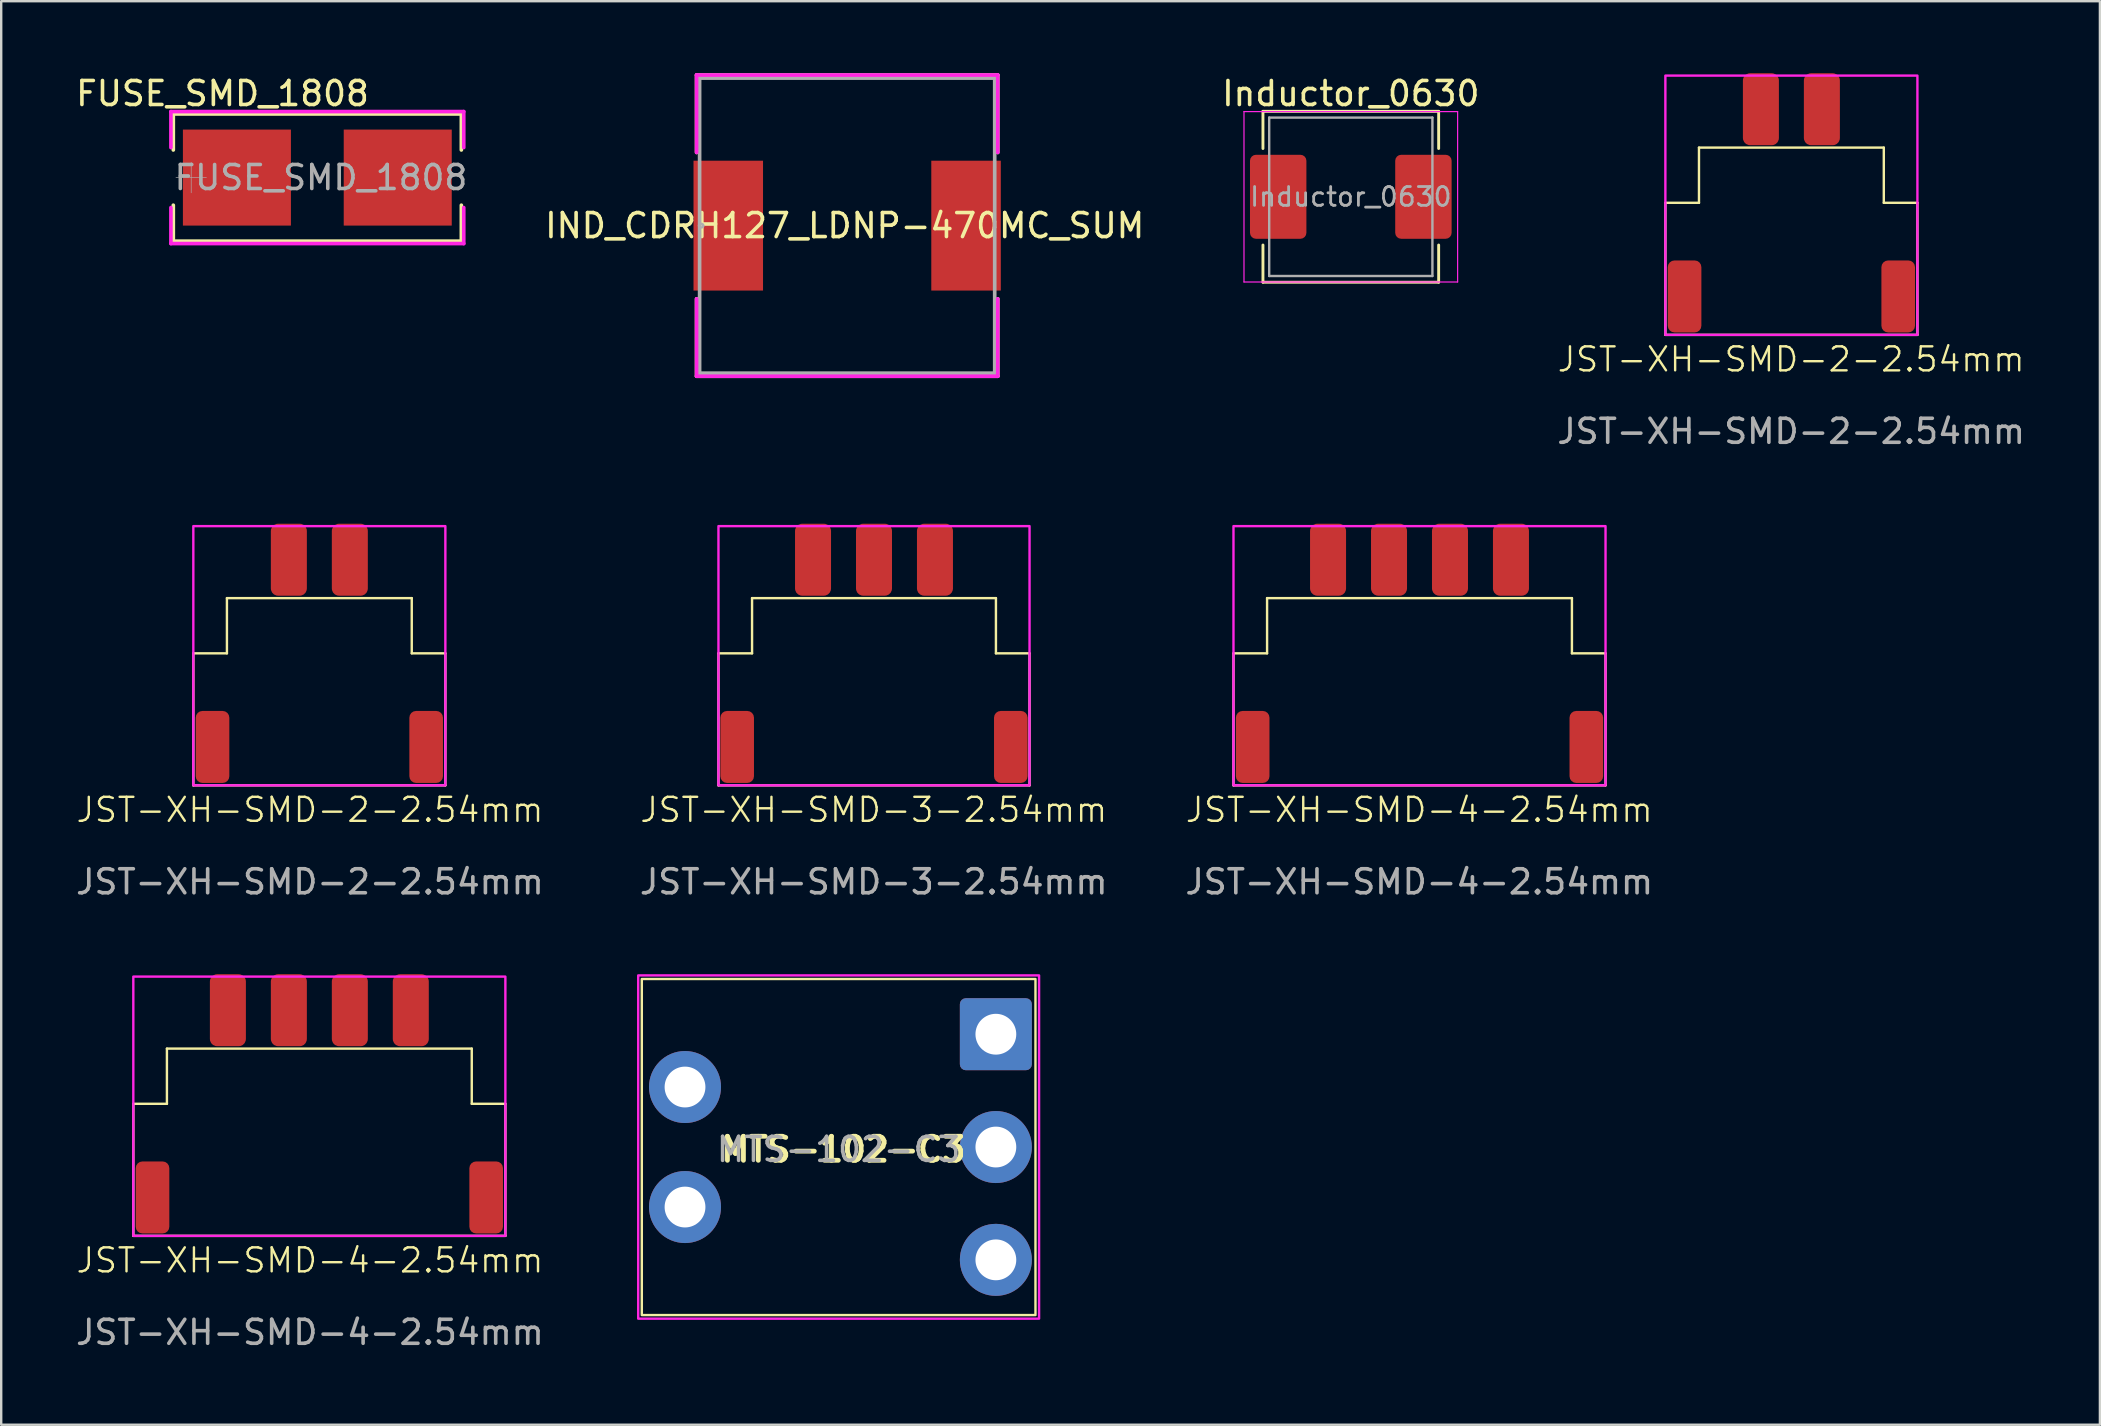
<source format=kicad_pcb>
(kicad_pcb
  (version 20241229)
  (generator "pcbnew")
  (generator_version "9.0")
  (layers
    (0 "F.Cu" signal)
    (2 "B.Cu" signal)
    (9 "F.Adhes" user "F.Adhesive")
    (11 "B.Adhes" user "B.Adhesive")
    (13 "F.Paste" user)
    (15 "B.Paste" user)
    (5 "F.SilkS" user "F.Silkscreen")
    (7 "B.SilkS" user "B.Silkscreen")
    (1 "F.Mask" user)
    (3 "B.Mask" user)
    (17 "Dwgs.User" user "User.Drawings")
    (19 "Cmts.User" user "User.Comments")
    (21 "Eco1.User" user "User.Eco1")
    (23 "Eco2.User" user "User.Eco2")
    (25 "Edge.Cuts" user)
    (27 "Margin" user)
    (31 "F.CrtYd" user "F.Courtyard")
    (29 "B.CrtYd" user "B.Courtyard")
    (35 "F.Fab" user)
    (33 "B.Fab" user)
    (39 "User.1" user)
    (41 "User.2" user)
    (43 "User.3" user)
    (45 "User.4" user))
  (footprint "JST-XH-SMD-2-2.54mm"
    (layer "F.Cu")
    (at 71.58 3.1)
    (property "Reference" "JST-XH-SMD-2-2.54mm" (at -0.01 8.82 0) (unlocked yes) (layer "F.SilkS") (effects (font (size 1 1) (thickness 0.1))))
    (attr smd)
    (fp_line (start -5.25 2.3) (end -5.25 7.8) (stroke (width 0.1) (type default)) (layer "F.SilkS"))
    (fp_line (start -5.25 2.3) (end -3.85 2.3) (stroke (width 0.1) (type default)) (layer "F.SilkS"))
    (fp_line (start -5.25 7.8) (end 5.25 7.8) (stroke (width 0.1) (type default)) (layer "F.SilkS"))
    (fp_line (start -3.85 0) (end -3.85 2.3) (stroke (width 0.1) (type default)) (layer "F.SilkS"))
    (fp_line (start -3.85 0) (end 3.85 0) (stroke (width 0.1) (type default)) (layer "F.SilkS"))
    (fp_line (start 3.85 0) (end 3.85 2.3) (stroke (width 0.1) (type default)) (layer "F.SilkS"))
    (fp_line (start 5.25 2.3) (end 3.85 2.3) (stroke (width 0.1) (type default)) (layer "F.SilkS"))
    (fp_line (start 5.25 2.3) (end 5.25 7.8) (stroke (width 0.1) (type default)) (layer "F.SilkS"))
    (fp_rect (start -5.25 -3) (end 5.25 7.8) (stroke (width 0.1) (type default)) (fill no) (layer "F.CrtYd"))
    (fp_text user "${REFERENCE}" (at -0.01 11.82 0) (unlocked yes) (layer "F.Fab") (effects (font (size 1 1) (thickness 0.15))))
    (pad "" smd roundrect (at -4.45 6.2) (size 1.4 3) (layers "F.Cu" "F.Mask" "F.Paste") (roundrect_rratio 0.2))
    (pad "" smd roundrect (at 4.45 6.2) (size 1.4 3) (layers "F.Cu" "F.Mask" "F.Paste") (roundrect_rratio 0.2))
    (pad "1" smd roundrect (at 1.27 -1.6) (size 1.5 3) (layers "F.Cu" "F.Mask" "F.Paste") (roundrect_rratio 0.2))
    (pad "2" smd roundrect (at -1.27 -1.6) (size 1.5 3) (layers "F.Cu" "F.Mask" "F.Paste") (roundrect_rratio 0.2)))
  (footprint "JST-XH-SMD-4-2.54mm"
    (layer "F.Cu")
    (at 56.087 21.868)
    (property "Reference" "JST-XH-SMD-4-2.54mm" (at -0.01 8.82 0) (unlocked yes) (layer "F.SilkS") (effects (font (size 1 1) (thickness 0.1))))
    (attr smd)
    (fp_line (start -7.75 2.3) (end -7.75 7.8) (stroke (width 0.1) (type default)) (layer "F.SilkS"))
    (fp_line (start -7.75 2.3) (end -6.35 2.3) (stroke (width 0.1) (type default)) (layer "F.SilkS"))
    (fp_line (start -7.75 7.8) (end 7.75 7.8) (stroke (width 0.1) (type default)) (layer "F.SilkS"))
    (fp_line (start -6.35 0) (end -6.35 2.3) (stroke (width 0.1) (type default)) (layer "F.SilkS"))
    (fp_line (start -6.35 0) (end 6.35 0) (stroke (width 0.1) (type default)) (layer "F.SilkS"))
    (fp_line (start 6.35 0) (end 6.35 2.3) (stroke (width 0.1) (type default)) (layer "F.SilkS"))
    (fp_line (start 7.75 2.3) (end 6.35 2.3) (stroke (width 0.1) (type default)) (layer "F.SilkS"))
    (fp_line (start 7.75 2.3) (end 7.75 7.8) (stroke (width 0.1) (type default)) (layer "F.SilkS"))
    (fp_rect (start -7.75 -3) (end 7.75 7.8) (stroke (width 0.1) (type default)) (fill no) (layer "F.CrtYd"))
    (fp_text user "${REFERENCE}" (at -0.01 11.82 0) (unlocked yes) (layer "F.Fab") (effects (font (size 1 1) (thickness 0.15))))
    (pad "1" smd roundrect (at 3.81 -1.6) (size 1.5 3) (layers "F.Cu" "F.Mask" "F.Paste") (roundrect_rratio 0.2))
    (pad "2" smd roundrect (at 1.27 -1.6) (size 1.5 3) (layers "F.Cu" "F.Mask" "F.Paste") (roundrect_rratio 0.2))
    (pad "3" smd roundrect (at -1.27 -1.6) (size 1.5 3) (layers "F.Cu" "F.Mask" "F.Paste") (roundrect_rratio 0.2))
    (pad "4" smd roundrect (at -3.81 -1.6) (size 1.5 3) (layers "F.Cu" "F.Mask" "F.Paste") (roundrect_rratio 0.2))
    (pad "SH" smd roundrect (at -6.95 6.2) (size 1.4 3) (layers "F.Cu" "F.Mask" "F.Paste") (roundrect_rratio 0.2))
    (pad "SH" smd roundrect (at 6.95 6.2) (size 1.4 3) (layers "F.Cu" "F.Mask" "F.Paste") (roundrect_rratio 0.2)))
  (footprint "FUSE_SMD_1808"
    (layer "F.Cu")
    (at 6.82 4.348)
    (property "Reference" "FUSE_SMD_1808" (at -0.6 -3.5 0) (unlocked yes) (layer "F.SilkS") (effects (font (size 1 1) (thickness 0.15))))
    (attr smd)
    (fp_line (start -2.65 -2.65) (end -2.65 -1.15) (stroke (width 0.152) (type solid)) (layer "F.SilkS"))
    (fp_line (start -2.65 1.15) (end -2.65 2.65) (stroke (width 0.152) (type solid)) (layer "F.SilkS"))
    (fp_line (start 9.35 -2.65) (end -2.65 -2.65) (stroke (width 0.152) (type solid)) (layer "F.SilkS"))
    (fp_line (start 9.35 -2.65) (end 9.35 -1.15) (stroke (width 0.152) (type solid)) (layer "F.SilkS"))
    (fp_line (start 9.35 1.15) (end 9.35 2.65) (stroke (width 0.152) (type solid)) (layer "F.SilkS"))
    (fp_line (start 9.35 2.65) (end -2.65 2.65) (stroke (width 0.152) (type solid)) (layer "F.SilkS"))
    (fp_line (start -2.75 -2.75) (end -2.75 -1.25) (stroke (width 0.152) (type solid)) (layer "F.CrtYd"))
    (fp_line (start -2.75 1.25) (end -2.75 2.75) (stroke (width 0.152) (type solid)) (layer "F.CrtYd"))
    (fp_line (start 9.45 -2.75) (end -2.75 -2.75) (stroke (width 0.152) (type solid)) (layer "F.CrtYd"))
    (fp_line (start 9.45 -2.75) (end 9.45 -1.25) (stroke (width 0.152) (type solid)) (layer "F.CrtYd"))
    (fp_line (start 9.45 1.25) (end 9.45 2.75) (stroke (width 0.152) (type solid)) (layer "F.CrtYd"))
    (fp_line (start 9.45 2.75) (end -2.75 2.75) (stroke (width 0.152) (type solid)) (layer "F.CrtYd"))
    (fp_line (start -2.54 0) (end -1.27 0) (stroke (width 0.025) (type solid)) (layer "F.Fab"))
    (fp_line (start -1.905 -0.635) (end -1.905 0.635) (stroke (width 0.025) (type solid)) (layer "F.Fab"))
    (fp_text user "${REFERENCE}" (at 3.5 0 0) (unlocked yes) (layer "F.Fab") (effects (font (size 1 1) (thickness 0.15))))
    (pad "1" smd rect (at 0 0) (size 4.5 4) (layers "F.Cu" "F.Mask" "F.Paste"))
    (pad "2" smd rect (at 6.7 0) (size 4.5 4) (layers "F.Cu" "F.Mask" "F.Paste")))
  (footprint "JST-XH-SMD-4-2.54mm "
    (layer "F.Cu")
    (at 10.254 40.636)
    (property "Reference" "JST-XH-SMD-4-2.54mm " (at -0.01 8.82 0) (unlocked yes) (layer "F.SilkS") (effects (font (size 1 1) (thickness 0.1))))
    (attr smd)
    (fp_line (start -7.75 2.3) (end -7.75 7.8) (stroke (width 0.1) (type default)) (layer "F.SilkS"))
    (fp_line (start -7.75 2.3) (end -6.35 2.3) (stroke (width 0.1) (type default)) (layer "F.SilkS"))
    (fp_line (start -7.75 7.8) (end 7.75 7.8) (stroke (width 0.1) (type default)) (layer "F.SilkS"))
    (fp_line (start -6.35 0) (end -6.35 2.3) (stroke (width 0.1) (type default)) (layer "F.SilkS"))
    (fp_line (start -6.35 0) (end 6.35 0) (stroke (width 0.1) (type default)) (layer "F.SilkS"))
    (fp_line (start 6.35 0) (end 6.35 2.3) (stroke (width 0.1) (type default)) (layer "F.SilkS"))
    (fp_line (start 7.75 2.3) (end 6.35 2.3) (stroke (width 0.1) (type default)) (layer "F.SilkS"))
    (fp_line (start 7.75 2.3) (end 7.75 7.8) (stroke (width 0.1) (type default)) (layer "F.SilkS"))
    (fp_rect (start -7.75 -3) (end 7.75 7.8) (stroke (width 0.1) (type default)) (fill no) (layer "F.CrtYd"))
    (fp_text user "${REFERENCE}" (at -0.01 11.82 0) (unlocked yes) (layer "F.Fab") (effects (font (size 1 1) (thickness 0.15))))
    (pad "" smd roundrect (at -6.95 6.2) (size 1.4 3) (layers "F.Cu" "F.Mask" "F.Paste") (roundrect_rratio 0.2))
    (pad "" smd roundrect (at 6.95 6.2) (size 1.4 3) (layers "F.Cu" "F.Mask" "F.Paste") (roundrect_rratio 0.2))
    (pad "1" smd roundrect (at 3.81 -1.6) (size 1.5 3) (layers "F.Cu" "F.Mask" "F.Paste") (roundrect_rratio 0.2))
    (pad "2" smd roundrect (at 1.27 -1.6) (size 1.5 3) (layers "F.Cu" "F.Mask" "F.Paste") (roundrect_rratio 0.2))
    (pad "3" smd roundrect (at -1.27 -1.6) (size 1.5 3) (layers "F.Cu" "F.Mask" "F.Paste") (roundrect_rratio 0.2))
    (pad "4" smd roundrect (at -3.81 -1.6) (size 1.5 3) (layers "F.Cu" "F.Mask" "F.Paste") (roundrect_rratio 0.2)))
  (footprint "JST-XH-SMD-3-2.54mm"
    (layer "F.Cu")
    (at 33.361 21.868)
    (property "Reference" "JST-XH-SMD-3-2.54mm" (at -0.01 8.82 0) (unlocked yes) (layer "F.SilkS") (effects (font (size 1 1) (thickness 0.1))))
    (attr smd)
    (fp_line (start -6.48 2.3) (end -6.48 7.8) (stroke (width 0.1) (type solid)) (layer "F.SilkS"))
    (fp_line (start -6.48 2.3) (end -5.08 2.3) (stroke (width 0.1) (type solid)) (layer "F.SilkS"))
    (fp_line (start -6.48 7.8) (end 6.48 7.8) (stroke (width 0.1) (type default)) (layer "F.SilkS"))
    (fp_line (start -5.08 0) (end -5.08 2.3) (stroke (width 0.1) (type solid)) (layer "F.SilkS"))
    (fp_line (start -5.08 0) (end 5.08 0) (stroke (width 0.1) (type default)) (layer "F.SilkS"))
    (fp_line (start 5.08 0) (end 5.08 2.3) (stroke (width 0.1) (type solid)) (layer "F.SilkS"))
    (fp_line (start 6.48 2.3) (end 5.08 2.3) (stroke (width 0.1) (type solid)) (layer "F.SilkS"))
    (fp_line (start 6.48 2.3) (end 6.48 7.8) (stroke (width 0.1) (type solid)) (layer "F.SilkS"))
    (fp_rect (start -6.48 -3) (end 6.48 7.8) (stroke (width 0.1) (type default)) (fill no) (layer "F.CrtYd"))
    (fp_text user "${REFERENCE}" (at -0.01 11.82 0) (unlocked yes) (layer "F.Fab") (effects (font (size 1 1) (thickness 0.15))))
    (pad "1" smd roundrect (at 2.54 -1.6) (size 1.5 3) (layers "F.Cu" "F.Mask" "F.Paste") (roundrect_rratio 0.2))
    (pad "2" smd roundrect (at 0 -1.6) (size 1.5 3) (layers "F.Cu" "F.Mask" "F.Paste") (roundrect_rratio 0.2))
    (pad "3" smd roundrect (at -2.54 -1.6) (size 1.5 3) (layers "F.Cu" "F.Mask" "F.Paste") (roundrect_rratio 0.2))
    (pad "SH" smd roundrect (at -5.7 6.2) (size 1.4 3) (layers "F.Cu" "F.Mask" "F.Paste") (roundrect_rratio 0.2))
    (pad "SH" smd roundrect (at 5.7 6.2) (size 1.4 3) (layers "F.Cu" "F.Mask" "F.Paste") (roundrect_rratio 0.2)))
  (footprint "Inductor_0630"
    (layer "F.Cu")
    (at 53.225 5.148)
    (property "Reference" "Inductor_0630" (at 0 -4.3 0) (layer "F.SilkS") (effects (font (size 1 1) (thickness 0.15))))
    (attr smd)
    (fp_line (start -3.66 -3.56) (end -3.66 -2.01) (stroke (width 0.12) (type solid)) (layer "F.SilkS"))
    (fp_line (start -3.66 -3.56) (end 3.66 -3.56) (stroke (width 0.12) (type solid)) (layer "F.SilkS"))
    (fp_line (start -3.66 3.56) (end -3.66 2.01) (stroke (width 0.12) (type solid)) (layer "F.SilkS"))
    (fp_line (start -3.66 3.56) (end 3.66 3.56) (stroke (width 0.12) (type solid)) (layer "F.SilkS"))
    (fp_line (start 3.66 -3.56) (end 3.66 -2.01) (stroke (width 0.12) (type solid)) (layer "F.SilkS"))
    (fp_line (start 3.66 3.56) (end 3.66 2.01) (stroke (width 0.12) (type solid)) (layer "F.SilkS"))
    (fp_line (start -4.45 -3.55) (end -4.45 3.55) (stroke (width 0.05) (type solid)) (layer "F.CrtYd"))
    (fp_line (start -4.45 3.55) (end 4.45 3.55) (stroke (width 0.05) (type solid)) (layer "F.CrtYd"))
    (fp_line (start 4.45 -3.55) (end -4.45 -3.55) (stroke (width 0.05) (type solid)) (layer "F.CrtYd"))
    (fp_line (start 4.45 3.55) (end 4.45 -3.55) (stroke (width 0.05) (type solid)) (layer "F.CrtYd"))
    (fp_line (start -3.4 -3.3) (end -3.4 3.3) (stroke (width 0.1) (type solid)) (layer "F.Fab"))
    (fp_line (start -3.4 3.3) (end 3.4 3.3) (stroke (width 0.1) (type solid)) (layer "F.Fab"))
    (fp_line (start 3.4 -3.3) (end -3.4 -3.3) (stroke (width 0.1) (type solid)) (layer "F.Fab"))
    (fp_line (start 3.4 3.3) (end 3.4 -3.3) (stroke (width 0.1) (type solid)) (layer "F.Fab"))
    (fp_text user "${REFERENCE}" (at 0 0 0) (layer "F.Fab") (effects (font (size 0.783 0.783) (thickness 0.117))))
    (pad "1" smd roundrect (at -3.025 0) (size 2.35 3.5) (layers "F.Cu" "F.Mask" "F.Paste") (roundrect_rratio 0.106))
    (pad "2" smd roundrect (at 3.025 0) (size 2.35 3.5) (layers "F.Cu" "F.Mask" "F.Paste") (roundrect_rratio 0.106)))
  (footprint "JST-XH-SMD-2-2.54mm "
    (layer "F.Cu")
    (at 10.254 21.868)
    (property "Reference" "JST-XH-SMD-2-2.54mm " (at -0.01 8.82 0) (unlocked yes) (layer "F.SilkS") (effects (font (size 1 1) (thickness 0.1))))
    (attr smd)
    (fp_line (start -5.25 2.3) (end -5.25 7.8) (stroke (width 0.1) (type default)) (layer "F.SilkS"))
    (fp_line (start -5.25 2.3) (end -3.85 2.3) (stroke (width 0.1) (type default)) (layer "F.SilkS"))
    (fp_line (start -5.25 7.8) (end 5.25 7.8) (stroke (width 0.1) (type default)) (layer "F.SilkS"))
    (fp_line (start -3.85 0) (end -3.85 2.3) (stroke (width 0.1) (type default)) (layer "F.SilkS"))
    (fp_line (start -3.85 0) (end 3.85 0) (stroke (width 0.1) (type default)) (layer "F.SilkS"))
    (fp_line (start 3.85 0) (end 3.85 2.3) (stroke (width 0.1) (type default)) (layer "F.SilkS"))
    (fp_line (start 5.25 2.3) (end 3.85 2.3) (stroke (width 0.1) (type default)) (layer "F.SilkS"))
    (fp_line (start 5.25 2.3) (end 5.25 7.8) (stroke (width 0.1) (type default)) (layer "F.SilkS"))
    (fp_rect (start -5.25 -3) (end 5.25 7.8) (stroke (width 0.1) (type default)) (fill no) (layer "F.CrtYd"))
    (fp_text user "${REFERENCE}" (at -0.01 11.82 0) (unlocked yes) (layer "F.Fab") (effects (font (size 1 1) (thickness 0.15))))
    (pad "" smd roundrect (at -4.45 6.2) (size 1.4 3) (layers "F.Cu" "F.Mask" "F.Paste") (roundrect_rratio 0.2))
    (pad "" smd roundrect (at 4.45 6.2) (size 1.4 3) (layers "F.Cu" "F.Mask" "F.Paste") (roundrect_rratio 0.2))
    (pad "1" smd roundrect (at 1.27 -1.6) (size 1.5 3) (layers "F.Cu" "F.Mask" "F.Paste") (roundrect_rratio 0.2))
    (pad "2" smd roundrect (at -1.27 -1.6) (size 1.5 3) (layers "F.Cu" "F.Mask" "F.Paste") (roundrect_rratio 0.2)))
  (footprint "MTS-102-C3"
    (layer "F.Cu")
    (at 25.488 44.736)
    (property "Reference" "MTS-102-C3" (at 6.6 0.1 0) (unlocked yes) (layer "F.SilkS") (effects (font (size 1 1) (thickness 0.2) (bold yes))))
    (attr through_hole)
    (fp_rect (start -1.8 -7) (end 14.6 7) (stroke (width 0.1) (type solid)) (fill no) (layer "F.SilkS"))
    (fp_rect (start -1.95 -7.15) (end 14.75 7.15) (stroke (width 0.1) (type solid)) (fill no) (layer "F.CrtYd"))
    (fp_text user "${REFERENCE}" (at 6.4 0.1 0) (unlocked yes) (layer "F.Fab") (effects (font (size 1 1) (thickness 0.15))))
    (pad "1" thru_hole roundrect (at 12.95 -4.7) (size 3 3) (drill 1.7) (layers "*.Cu" "*.Mask") (roundrect_rratio 0.083))
    (pad "2" thru_hole circle (at 12.95 0) (size 3 3) (drill 1.7) (layers "*.Cu" "*.Mask"))
    (pad "3" thru_hole circle (at 12.95 4.7) (size 3 3) (drill 1.7) (layers "*.Cu" "*.Mask"))
    (pad "SH" thru_hole circle (at 0 -2.5) (size 3 3) (drill 1.7) (layers "*.Cu" "*.Mask"))
    (pad "SH" thru_hole circle (at 0 2.5) (size 3 3) (drill 1.7) (layers "*.Cu" "*.Mask")))
  (footprint "IND_CDRH127_LDNP-470MC_SUM"
    (layer "F.Cu")
    (at 32.243 6.35)
    (property "Reference" "IND_CDRH127_LDNP-470MC_SUM" (at -0.102 0 0) (layer "F.SilkS") (effects (font (size 1 1) (thickness 0.15))))
    (attr smd)
    (fp_line (start -6.274 -6.274) (end -6.274 -3.048) (stroke (width 0.152) (type solid)) (layer "F.SilkS"))
    (fp_line (start -6.274 3.048) (end -6.274 6.274) (stroke (width 0.152) (type solid)) (layer "F.SilkS"))
    (fp_line (start -6.274 6.274) (end 6.274 6.274) (stroke (width 0.152) (type solid)) (layer "F.SilkS"))
    (fp_line (start 6.274 -6.274) (end -6.274 -6.274) (stroke (width 0.152) (type solid)) (layer "F.SilkS"))
    (fp_line (start 6.274 -3.048) (end 6.274 -6.274) (stroke (width 0.152) (type solid)) (layer "F.SilkS"))
    (fp_line (start 6.274 6.274) (end 6.274 3.048) (stroke (width 0.152) (type solid)) (layer "F.SilkS"))
    (fp_line (start -6.274 -6.274) (end -6.274 -3.048) (stroke (width 0.152) (type solid)) (layer "F.CrtYd"))
    (fp_line (start -6.274 3.048) (end -6.274 6.274) (stroke (width 0.152) (type solid)) (layer "F.CrtYd"))
    (fp_line (start -6.274 6.274) (end 6.274 6.274) (stroke (width 0.152) (type solid)) (layer "F.CrtYd"))
    (fp_line (start 6.274 -6.274) (end -6.274 -6.274) (stroke (width 0.152) (type solid)) (layer "F.CrtYd"))
    (fp_line (start 6.274 -3.048) (end 6.274 -6.274) (stroke (width 0.152) (type solid)) (layer "F.CrtYd"))
    (fp_line (start 6.274 6.274) (end 6.274 3.048) (stroke (width 0.152) (type solid)) (layer "F.CrtYd"))
    (fp_line (start -6.147 -6.147) (end -6.147 0) (stroke (width 0.152) (type solid)) (layer "F.Fab"))
    (fp_line (start -6.147 0) (end -6.147 6.147) (stroke (width 0.152) (type solid)) (layer "F.Fab"))
    (fp_line (start -6.147 6.147) (end 6.147 6.147) (stroke (width 0.152) (type solid)) (layer "F.Fab"))
    (fp_line (start 6.147 -6.147) (end -6.147 -6.147) (stroke (width 0.152) (type solid)) (layer "F.Fab"))
    (fp_line (start 6.147 6.147) (end 6.147 -6.147) (stroke (width 0.152) (type solid)) (layer "F.Fab"))
    (fp_arc (start -6.1468 0) (mid -6.0706 -0.0762) (end -5.9944 0) (stroke (width 0.1) (type solid)) (layer "F.Fab"))
    (fp_arc (start -5.9944 0) (mid -6.0706 0.0762) (end -6.1468 0) (stroke (width 0.1) (type solid)) (layer "F.Fab"))
    (pad "1" smd rect (at -4.953 0) (size 2.896 5.41) (layers "F.Cu" "F.Mask" "F.Paste"))
    (pad "2" smd rect (at 4.953 0) (size 2.896 5.41) (layers "F.Cu" "F.Mask" "F.Paste")))
  (gr_rect
    (start -3 -3)
    (end 84.433 56.305)
    (stroke (width 0.1) (type default))
    (fill no)
    (layer "Edge.Cuts")))
</source>
